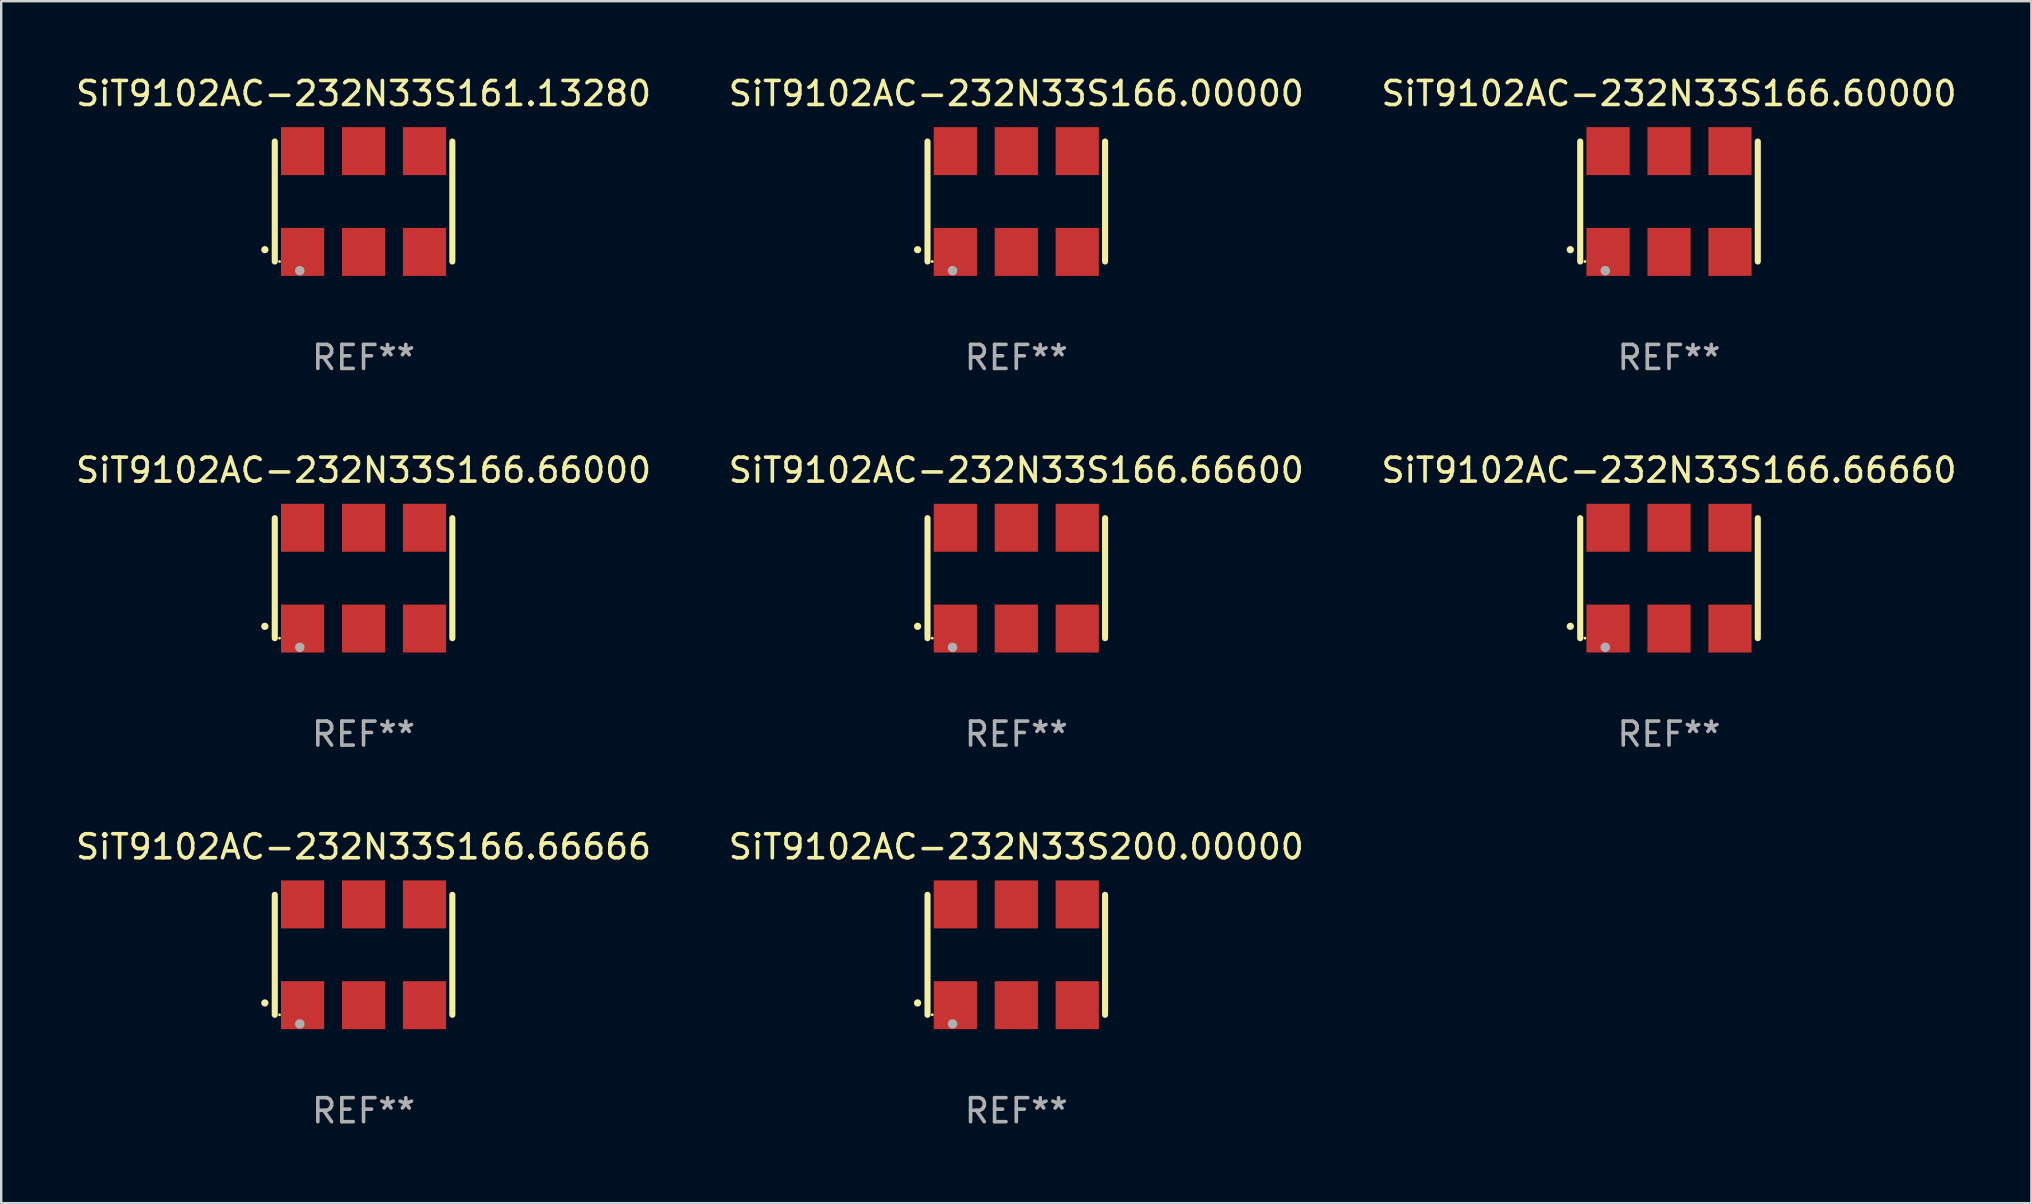
<source format=kicad_pcb>
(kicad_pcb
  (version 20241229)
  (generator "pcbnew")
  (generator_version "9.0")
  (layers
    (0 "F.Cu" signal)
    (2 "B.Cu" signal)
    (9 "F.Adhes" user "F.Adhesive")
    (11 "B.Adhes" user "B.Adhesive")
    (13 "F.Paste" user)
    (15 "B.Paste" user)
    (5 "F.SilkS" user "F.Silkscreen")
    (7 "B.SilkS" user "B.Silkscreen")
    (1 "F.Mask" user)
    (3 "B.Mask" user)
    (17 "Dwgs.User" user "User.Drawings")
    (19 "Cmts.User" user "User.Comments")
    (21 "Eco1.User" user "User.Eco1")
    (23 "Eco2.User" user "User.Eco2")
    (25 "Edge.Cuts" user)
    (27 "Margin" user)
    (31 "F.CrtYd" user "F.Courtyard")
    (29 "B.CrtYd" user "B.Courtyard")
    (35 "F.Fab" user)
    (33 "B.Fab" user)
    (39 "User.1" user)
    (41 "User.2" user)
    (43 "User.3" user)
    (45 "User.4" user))
  (footprint "SiT9102AC-232N33S161.13280"
    (layer "F.Cu")
    (at 12.101 5.348)
    (property "Reference" "SiT9102AC-232N33S161.13280" (at 0 -4.5 0) (layer "F.SilkS") (effects (font (size 1 1) (thickness 0.15))))
    (attr through_hole)
    (fp_line (start -3.7 -2.5) (end -3.7 2.5) (stroke (width 0.254) (type solid)) (layer "F.SilkS"))
    (fp_line (start 3.7 -2.5) (end 3.7 2.5) (stroke (width 0.254) (type solid)) (layer "F.SilkS"))
    (fp_arc (start -4.114415 2.006604) (mid -4.113145 2.006599) (end -4.111875 2.006604) (stroke (width 0.3) (type solid)) (layer "F.SilkS"))
    (fp_circle (center -3.502 2.5) (end -3.472 2.5) (stroke (width 0.06) (type solid)) (fill no) (layer "F.SilkS"))
    (fp_circle (center -2.657 2.882) (end -2.557 2.882) (stroke (width 0.2) (type solid)) (fill no) (layer "F.Fab"))
    (fp_text user "REF**" (at 0 6.5 0) (layer "F.Fab") (effects (font (size 1 1) (thickness 0.15))))
    (pad "1" smd rect (at -2.54 2.1) (size 1.8 2) (layers "F.Cu" "F.Mask" "F.Paste"))
    (pad "2" smd rect (at 0.000394 2.1) (size 1.8 2) (layers "F.Cu" "F.Mask" "F.Paste"))
    (pad "3" smd rect (at 2.54 2.1) (size 1.8 2) (layers "F.Cu" "F.Mask" "F.Paste"))
    (pad "4" smd rect (at 2.54 -2.1) (size 1.8 2) (layers "F.Cu" "F.Mask" "F.Paste"))
    (pad "5" smd rect (at 0.000394 -2.1) (size 1.8 2) (layers "F.Cu" "F.Mask" "F.Paste"))
    (pad "6" smd rect (at -2.54 -2.1) (size 1.8 2) (layers "F.Cu" "F.Mask" "F.Paste")))
  (footprint "SiT9102AC-232N33S166.66660"
    (layer "F.Cu")
    (at 66.506 21.045)
    (property "Reference" "SiT9102AC-232N33S166.66660" (at 0 -4.5 0) (layer "F.SilkS") (effects (font (size 1 1) (thickness 0.15))))
    (attr through_hole)
    (fp_line (start -3.7 -2.5) (end -3.7 2.5) (stroke (width 0.254) (type solid)) (layer "F.SilkS"))
    (fp_line (start 3.7 -2.5) (end 3.7 2.5) (stroke (width 0.254) (type solid)) (layer "F.SilkS"))
    (fp_arc (start -4.114415 2.006604) (mid -4.113145 2.006599) (end -4.111875 2.006604) (stroke (width 0.3) (type solid)) (layer "F.SilkS"))
    (fp_circle (center -3.502 2.5) (end -3.472 2.5) (stroke (width 0.06) (type solid)) (fill no) (layer "F.SilkS"))
    (fp_circle (center -2.657 2.882) (end -2.557 2.882) (stroke (width 0.2) (type solid)) (fill no) (layer "F.Fab"))
    (fp_text user "REF**" (at 0 6.5 0) (layer "F.Fab") (effects (font (size 1 1) (thickness 0.15))))
    (pad "1" smd rect (at -2.54 2.1) (size 1.8 2) (layers "F.Cu" "F.Mask" "F.Paste"))
    (pad "2" smd rect (at 0.000394 2.1) (size 1.8 2) (layers "F.Cu" "F.Mask" "F.Paste"))
    (pad "3" smd rect (at 2.54 2.1) (size 1.8 2) (layers "F.Cu" "F.Mask" "F.Paste"))
    (pad "4" smd rect (at 2.54 -2.1) (size 1.8 2) (layers "F.Cu" "F.Mask" "F.Paste"))
    (pad "5" smd rect (at 0.000394 -2.1) (size 1.8 2) (layers "F.Cu" "F.Mask" "F.Paste"))
    (pad "6" smd rect (at -2.54 -2.1) (size 1.8 2) (layers "F.Cu" "F.Mask" "F.Paste")))
  (footprint "SiT9102AC-232N33S166.66666"
    (layer "F.Cu")
    (at 12.101 36.741)
    (property "Reference" "SiT9102AC-232N33S166.66666" (at 0 -4.5 0) (layer "F.SilkS") (effects (font (size 1 1) (thickness 0.15))))
    (attr through_hole)
    (fp_line (start -3.7 -2.5) (end -3.7 2.5) (stroke (width 0.254) (type solid)) (layer "F.SilkS"))
    (fp_line (start 3.7 -2.5) (end 3.7 2.5) (stroke (width 0.254) (type solid)) (layer "F.SilkS"))
    (fp_arc (start -4.114415 2.006604) (mid -4.113145 2.006599) (end -4.111875 2.006604) (stroke (width 0.3) (type solid)) (layer "F.SilkS"))
    (fp_circle (center -3.502 2.5) (end -3.472 2.5) (stroke (width 0.06) (type solid)) (fill no) (layer "F.SilkS"))
    (fp_circle (center -2.657 2.882) (end -2.557 2.882) (stroke (width 0.2) (type solid)) (fill no) (layer "F.Fab"))
    (fp_text user "REF**" (at 0 6.5 0) (layer "F.Fab") (effects (font (size 1 1) (thickness 0.15))))
    (pad "1" smd rect (at -2.54 2.1) (size 1.8 2) (layers "F.Cu" "F.Mask" "F.Paste"))
    (pad "2" smd rect (at 0.000394 2.1) (size 1.8 2) (layers "F.Cu" "F.Mask" "F.Paste"))
    (pad "3" smd rect (at 2.54 2.1) (size 1.8 2) (layers "F.Cu" "F.Mask" "F.Paste"))
    (pad "4" smd rect (at 2.54 -2.1) (size 1.8 2) (layers "F.Cu" "F.Mask" "F.Paste"))
    (pad "5" smd rect (at 0.000394 -2.1) (size 1.8 2) (layers "F.Cu" "F.Mask" "F.Paste"))
    (pad "6" smd rect (at -2.54 -2.1) (size 1.8 2) (layers "F.Cu" "F.Mask" "F.Paste")))
  (footprint "SiT9102AC-232N33S166.66600"
    (layer "F.Cu")
    (at 39.304 21.045)
    (property "Reference" "SiT9102AC-232N33S166.66600" (at 0 -4.5 0) (layer "F.SilkS") (effects (font (size 1 1) (thickness 0.15))))
    (attr through_hole)
    (fp_line (start -3.7 -2.5) (end -3.7 2.5) (stroke (width 0.254) (type solid)) (layer "F.SilkS"))
    (fp_line (start 3.7 -2.5) (end 3.7 2.5) (stroke (width 0.254) (type solid)) (layer "F.SilkS"))
    (fp_arc (start -4.114415 2.006604) (mid -4.113145 2.006599) (end -4.111875 2.006604) (stroke (width 0.3) (type solid)) (layer "F.SilkS"))
    (fp_circle (center -3.502 2.5) (end -3.472 2.5) (stroke (width 0.06) (type solid)) (fill no) (layer "F.SilkS"))
    (fp_circle (center -2.657 2.882) (end -2.557 2.882) (stroke (width 0.2) (type solid)) (fill no) (layer "F.Fab"))
    (fp_text user "REF**" (at 0 6.5 0) (layer "F.Fab") (effects (font (size 1 1) (thickness 0.15))))
    (pad "1" smd rect (at -2.54 2.1) (size 1.8 2) (layers "F.Cu" "F.Mask" "F.Paste"))
    (pad "2" smd rect (at 0.000394 2.1) (size 1.8 2) (layers "F.Cu" "F.Mask" "F.Paste"))
    (pad "3" smd rect (at 2.54 2.1) (size 1.8 2) (layers "F.Cu" "F.Mask" "F.Paste"))
    (pad "4" smd rect (at 2.54 -2.1) (size 1.8 2) (layers "F.Cu" "F.Mask" "F.Paste"))
    (pad "5" smd rect (at 0.000394 -2.1) (size 1.8 2) (layers "F.Cu" "F.Mask" "F.Paste"))
    (pad "6" smd rect (at -2.54 -2.1) (size 1.8 2) (layers "F.Cu" "F.Mask" "F.Paste")))
  (footprint "SiT9102AC-232N33S200.00000"
    (layer "F.Cu")
    (at 39.304 36.741)
    (property "Reference" "SiT9102AC-232N33S200.00000" (at 0 -4.5 0) (layer "F.SilkS") (effects (font (size 1 1) (thickness 0.15))))
    (attr through_hole)
    (fp_line (start -3.7 -2.5) (end -3.7 2.5) (stroke (width 0.254) (type solid)) (layer "F.SilkS"))
    (fp_line (start 3.7 -2.5) (end 3.7 2.5) (stroke (width 0.254) (type solid)) (layer "F.SilkS"))
    (fp_arc (start -4.114415 2.006604) (mid -4.113145 2.006599) (end -4.111875 2.006604) (stroke (width 0.3) (type solid)) (layer "F.SilkS"))
    (fp_circle (center -3.502 2.5) (end -3.472 2.5) (stroke (width 0.06) (type solid)) (fill no) (layer "F.SilkS"))
    (fp_circle (center -2.657 2.882) (end -2.557 2.882) (stroke (width 0.2) (type solid)) (fill no) (layer "F.Fab"))
    (fp_text user "REF**" (at 0 6.5 0) (layer "F.Fab") (effects (font (size 1 1) (thickness 0.15))))
    (pad "1" smd rect (at -2.54 2.1) (size 1.8 2) (layers "F.Cu" "F.Mask" "F.Paste"))
    (pad "2" smd rect (at 0.000394 2.1) (size 1.8 2) (layers "F.Cu" "F.Mask" "F.Paste"))
    (pad "3" smd rect (at 2.54 2.1) (size 1.8 2) (layers "F.Cu" "F.Mask" "F.Paste"))
    (pad "4" smd rect (at 2.54 -2.1) (size 1.8 2) (layers "F.Cu" "F.Mask" "F.Paste"))
    (pad "5" smd rect (at 0.000394 -2.1) (size 1.8 2) (layers "F.Cu" "F.Mask" "F.Paste"))
    (pad "6" smd rect (at -2.54 -2.1) (size 1.8 2) (layers "F.Cu" "F.Mask" "F.Paste")))
  (footprint "SiT9102AC-232N33S166.00000"
    (layer "F.Cu")
    (at 39.304 5.348)
    (property "Reference" "SiT9102AC-232N33S166.00000" (at 0 -4.5 0) (layer "F.SilkS") (effects (font (size 1 1) (thickness 0.15))))
    (attr through_hole)
    (fp_line (start -3.7 -2.5) (end -3.7 2.5) (stroke (width 0.254) (type solid)) (layer "F.SilkS"))
    (fp_line (start 3.7 -2.5) (end 3.7 2.5) (stroke (width 0.254) (type solid)) (layer "F.SilkS"))
    (fp_arc (start -4.114415 2.006604) (mid -4.113145 2.006599) (end -4.111875 2.006604) (stroke (width 0.3) (type solid)) (layer "F.SilkS"))
    (fp_circle (center -3.502 2.5) (end -3.472 2.5) (stroke (width 0.06) (type solid)) (fill no) (layer "F.SilkS"))
    (fp_circle (center -2.657 2.882) (end -2.557 2.882) (stroke (width 0.2) (type solid)) (fill no) (layer "F.Fab"))
    (fp_text user "REF**" (at 0 6.5 0) (layer "F.Fab") (effects (font (size 1 1) (thickness 0.15))))
    (pad "1" smd rect (at -2.54 2.1) (size 1.8 2) (layers "F.Cu" "F.Mask" "F.Paste"))
    (pad "2" smd rect (at 0.000394 2.1) (size 1.8 2) (layers "F.Cu" "F.Mask" "F.Paste"))
    (pad "3" smd rect (at 2.54 2.1) (size 1.8 2) (layers "F.Cu" "F.Mask" "F.Paste"))
    (pad "4" smd rect (at 2.54 -2.1) (size 1.8 2) (layers "F.Cu" "F.Mask" "F.Paste"))
    (pad "5" smd rect (at 0.000394 -2.1) (size 1.8 2) (layers "F.Cu" "F.Mask" "F.Paste"))
    (pad "6" smd rect (at -2.54 -2.1) (size 1.8 2) (layers "F.Cu" "F.Mask" "F.Paste")))
  (footprint "SiT9102AC-232N33S166.60000"
    (layer "F.Cu")
    (at 66.506 5.348)
    (property "Reference" "SiT9102AC-232N33S166.60000" (at 0 -4.5 0) (layer "F.SilkS") (effects (font (size 1 1) (thickness 0.15))))
    (attr through_hole)
    (fp_line (start -3.7 -2.5) (end -3.7 2.5) (stroke (width 0.254) (type solid)) (layer "F.SilkS"))
    (fp_line (start 3.7 -2.5) (end 3.7 2.5) (stroke (width 0.254) (type solid)) (layer "F.SilkS"))
    (fp_arc (start -4.114415 2.006604) (mid -4.113145 2.006599) (end -4.111875 2.006604) (stroke (width 0.3) (type solid)) (layer "F.SilkS"))
    (fp_circle (center -3.502 2.5) (end -3.472 2.5) (stroke (width 0.06) (type solid)) (fill no) (layer "F.SilkS"))
    (fp_circle (center -2.657 2.882) (end -2.557 2.882) (stroke (width 0.2) (type solid)) (fill no) (layer "F.Fab"))
    (fp_text user "REF**" (at 0 6.5 0) (layer "F.Fab") (effects (font (size 1 1) (thickness 0.15))))
    (pad "1" smd rect (at -2.54 2.1) (size 1.8 2) (layers "F.Cu" "F.Mask" "F.Paste"))
    (pad "2" smd rect (at 0.000394 2.1) (size 1.8 2) (layers "F.Cu" "F.Mask" "F.Paste"))
    (pad "3" smd rect (at 2.54 2.1) (size 1.8 2) (layers "F.Cu" "F.Mask" "F.Paste"))
    (pad "4" smd rect (at 2.54 -2.1) (size 1.8 2) (layers "F.Cu" "F.Mask" "F.Paste"))
    (pad "5" smd rect (at 0.000394 -2.1) (size 1.8 2) (layers "F.Cu" "F.Mask" "F.Paste"))
    (pad "6" smd rect (at -2.54 -2.1) (size 1.8 2) (layers "F.Cu" "F.Mask" "F.Paste")))
  (footprint "SiT9102AC-232N33S166.66000"
    (layer "F.Cu")
    (at 12.101 21.045)
    (property "Reference" "SiT9102AC-232N33S166.66000" (at 0 -4.5 0) (layer "F.SilkS") (effects (font (size 1 1) (thickness 0.15))))
    (attr through_hole)
    (fp_line (start -3.7 -2.5) (end -3.7 2.5) (stroke (width 0.254) (type solid)) (layer "F.SilkS"))
    (fp_line (start 3.7 -2.5) (end 3.7 2.5) (stroke (width 0.254) (type solid)) (layer "F.SilkS"))
    (fp_arc (start -4.114415 2.006604) (mid -4.113145 2.006599) (end -4.111875 2.006604) (stroke (width 0.3) (type solid)) (layer "F.SilkS"))
    (fp_circle (center -3.502 2.5) (end -3.472 2.5) (stroke (width 0.06) (type solid)) (fill no) (layer "F.SilkS"))
    (fp_circle (center -2.657 2.882) (end -2.557 2.882) (stroke (width 0.2) (type solid)) (fill no) (layer "F.Fab"))
    (fp_text user "REF**" (at 0 6.5 0) (layer "F.Fab") (effects (font (size 1 1) (thickness 0.15))))
    (pad "1" smd rect (at -2.54 2.1) (size 1.8 2) (layers "F.Cu" "F.Mask" "F.Paste"))
    (pad "2" smd rect (at 0.000394 2.1) (size 1.8 2) (layers "F.Cu" "F.Mask" "F.Paste"))
    (pad "3" smd rect (at 2.54 2.1) (size 1.8 2) (layers "F.Cu" "F.Mask" "F.Paste"))
    (pad "4" smd rect (at 2.54 -2.1) (size 1.8 2) (layers "F.Cu" "F.Mask" "F.Paste"))
    (pad "5" smd rect (at 0.000394 -2.1) (size 1.8 2) (layers "F.Cu" "F.Mask" "F.Paste"))
    (pad "6" smd rect (at -2.54 -2.1) (size 1.8 2) (layers "F.Cu" "F.Mask" "F.Paste")))
  (gr_rect
    (start -3 -3)
    (end 81.607 47.09)
    (stroke (width 0.1) (type default))
    (fill no)
    (layer "Edge.Cuts")))
</source>
